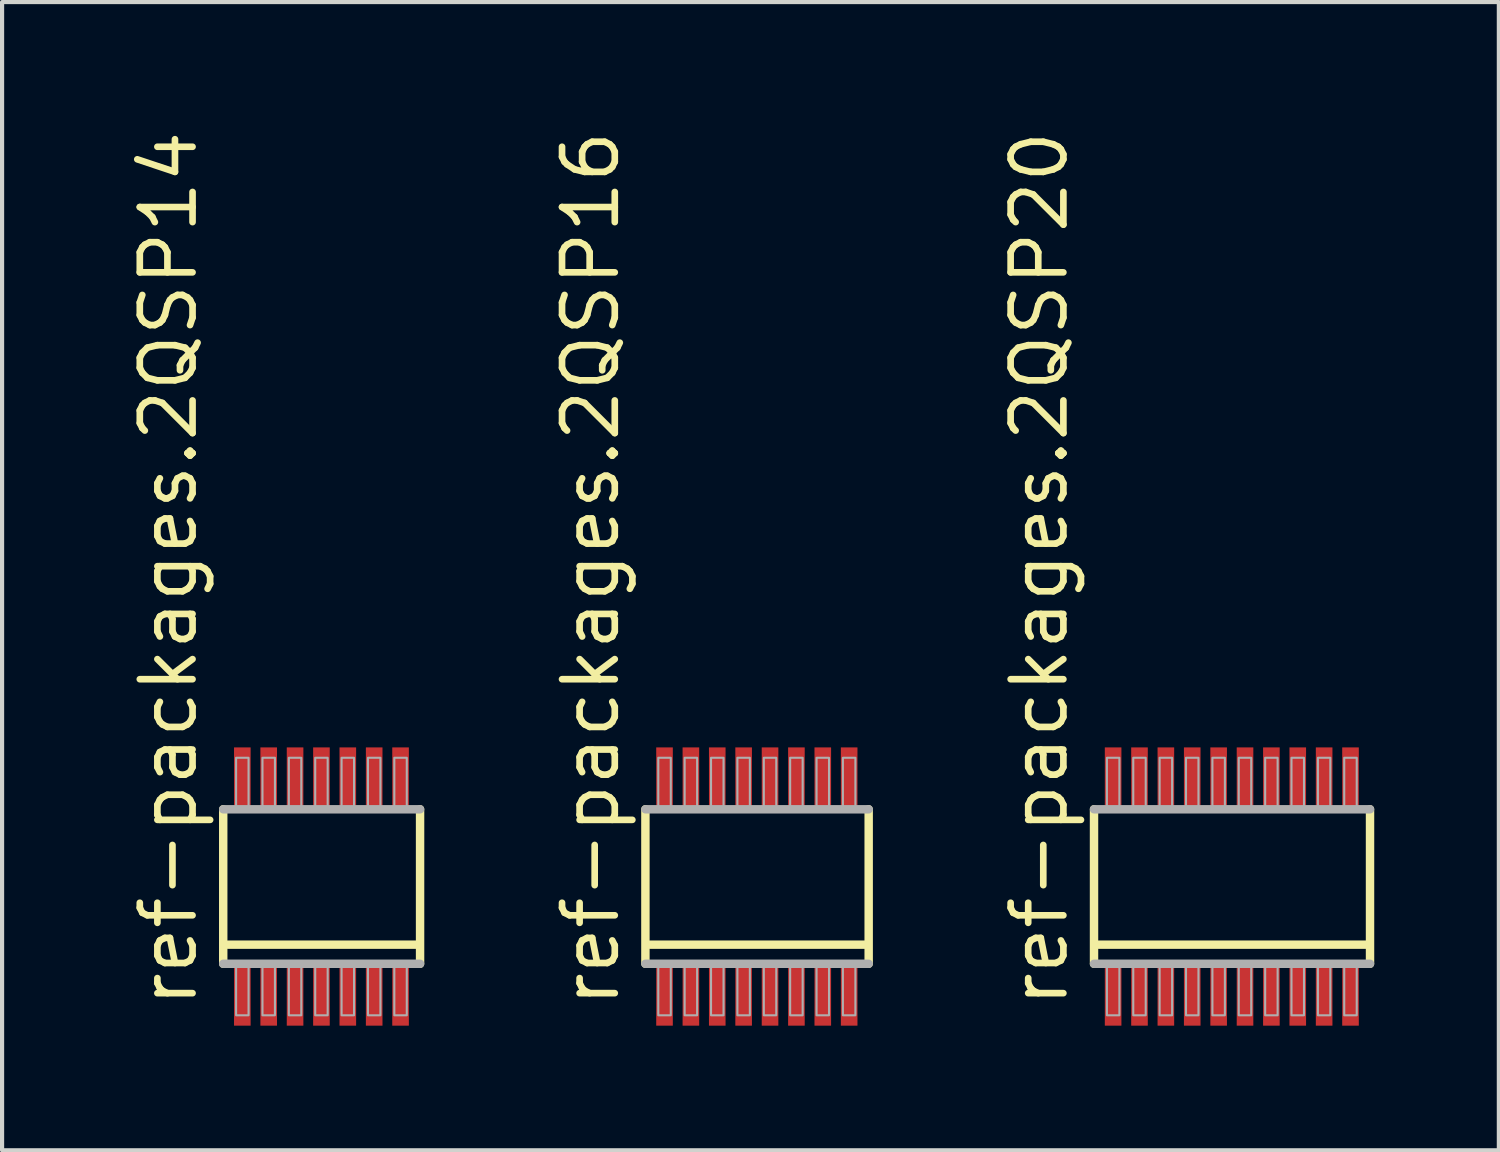
<source format=kicad_pcb>
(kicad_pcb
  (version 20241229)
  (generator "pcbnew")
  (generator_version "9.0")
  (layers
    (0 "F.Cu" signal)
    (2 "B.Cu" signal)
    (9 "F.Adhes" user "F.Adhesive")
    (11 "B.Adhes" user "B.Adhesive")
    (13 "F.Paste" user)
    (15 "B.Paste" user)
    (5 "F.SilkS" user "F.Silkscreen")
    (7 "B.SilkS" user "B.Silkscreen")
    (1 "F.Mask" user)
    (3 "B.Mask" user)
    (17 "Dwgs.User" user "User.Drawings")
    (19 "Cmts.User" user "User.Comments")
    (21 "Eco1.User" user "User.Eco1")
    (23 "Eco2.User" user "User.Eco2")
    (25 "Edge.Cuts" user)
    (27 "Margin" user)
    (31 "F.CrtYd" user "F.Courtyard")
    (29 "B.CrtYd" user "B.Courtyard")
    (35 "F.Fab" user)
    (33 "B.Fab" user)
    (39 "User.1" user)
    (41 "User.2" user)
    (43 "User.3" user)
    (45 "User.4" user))
  (footprint "ref-packages.2QSP20"
    (layer "F.Cu")
    (at 25.976 18.297)
    (property "Reference" "ref-packages.2QSP20" (at -3.257 2.975 90) (layer "F.SilkS") (effects (font (size 1.27 1.27) (thickness 0.16)) (justify left bottom)))
    (attr smd)
    (fp_line (start -2.683 1.86) (end -2.683 -1.86) (stroke (width 0.203) (type default)) (layer "F.SilkS"))
    (fp_line (start -2.568 1.4) (end 3.888 1.4) (stroke (width 0.203) (type default)) (layer "F.SilkS"))
    (fp_line (start 3.963 -1.86) (end 3.963 1.86) (stroke (width 0.203) (type default)) (layer "F.SilkS"))
    (fp_line (start -2.683 -1.86) (end 3.963 -1.86) (stroke (width 0.203) (type default)) (layer "F.Fab"))
    (fp_line (start 3.963 1.86) (end -2.683 1.86) (stroke (width 0.203) (type default)) (layer "F.Fab"))
    (fp_rect (start -2.373 -1.9) (end -2.072 -3.1) (stroke (width 0.05) (type default)) (fill no) (layer "F.Fab"))
    (fp_rect (start -2.373 3.1) (end -2.072 1.9) (stroke (width 0.05) (type default)) (fill no) (layer "F.Fab"))
    (fp_rect (start -1.738 -1.9) (end -1.438 -3.1) (stroke (width 0.05) (type default)) (fill no) (layer "F.Fab"))
    (fp_rect (start -1.738 3.1) (end -1.438 1.9) (stroke (width 0.05) (type default)) (fill no) (layer "F.Fab"))
    (fp_rect (start -1.103 -1.9) (end -0.802 -3.1) (stroke (width 0.05) (type default)) (fill no) (layer "F.Fab"))
    (fp_rect (start -1.103 3.1) (end -0.802 1.9) (stroke (width 0.05) (type default)) (fill no) (layer "F.Fab"))
    (fp_rect (start -0.468 -1.9) (end -0.168 -3.1) (stroke (width 0.05) (type default)) (fill no) (layer "F.Fab"))
    (fp_rect (start -0.468 3.1) (end -0.168 1.9) (stroke (width 0.05) (type default)) (fill no) (layer "F.Fab"))
    (fp_rect (start 0.168 -1.9) (end 0.468 -3.1) (stroke (width 0.05) (type default)) (fill no) (layer "F.Fab"))
    (fp_rect (start 0.168 3.1) (end 0.468 1.9) (stroke (width 0.05) (type default)) (fill no) (layer "F.Fab"))
    (fp_rect (start 0.802 -1.9) (end 1.103 -3.1) (stroke (width 0.05) (type default)) (fill no) (layer "F.Fab"))
    (fp_rect (start 0.802 3.1) (end 1.103 1.9) (stroke (width 0.05) (type default)) (fill no) (layer "F.Fab"))
    (fp_rect (start 1.438 -1.9) (end 1.738 -3.1) (stroke (width 0.05) (type default)) (fill no) (layer "F.Fab"))
    (fp_rect (start 1.438 3.1) (end 1.738 1.9) (stroke (width 0.05) (type default)) (fill no) (layer "F.Fab"))
    (fp_rect (start 2.072 -1.9) (end 2.373 -3.1) (stroke (width 0.05) (type default)) (fill no) (layer "F.Fab"))
    (fp_rect (start 2.072 3.1) (end 2.373 1.9) (stroke (width 0.05) (type default)) (fill no) (layer "F.Fab"))
    (fp_rect (start 2.708 -1.9) (end 3.007 -3.1) (stroke (width 0.05) (type default)) (fill no) (layer "F.Fab"))
    (fp_rect (start 2.708 3.1) (end 3.007 1.9) (stroke (width 0.05) (type default)) (fill no) (layer "F.Fab"))
    (fp_rect (start 3.342 -1.9) (end 3.643 -3.1) (stroke (width 0.05) (type default)) (fill no) (layer "F.Fab"))
    (fp_rect (start 3.342 3.1) (end 3.643 1.9) (stroke (width 0.05) (type default)) (fill no) (layer "F.Fab"))
    (pad "1" smd roundrect (at -2.223 2.6) (size 0.4 1.5) (layers "F.Cu" "F.Mask" "F.Paste") (roundrect_rratio 0.01))
    (pad "2" smd roundrect (at -1.588 2.6) (size 0.4 1.5) (layers "F.Cu" "F.Mask" "F.Paste") (roundrect_rratio 0.01))
    (pad "3" smd roundrect (at -0.953 2.6) (size 0.4 1.5) (layers "F.Cu" "F.Mask" "F.Paste") (roundrect_rratio 0.01))
    (pad "4" smd roundrect (at -0.318 2.6) (size 0.4 1.5) (layers "F.Cu" "F.Mask" "F.Paste") (roundrect_rratio 0.01))
    (pad "5" smd roundrect (at 0.318 2.6) (size 0.4 1.5) (layers "F.Cu" "F.Mask" "F.Paste") (roundrect_rratio 0.01))
    (pad "6" smd roundrect (at 0.953 2.6) (size 0.4 1.5) (layers "F.Cu" "F.Mask" "F.Paste") (roundrect_rratio 0.01))
    (pad "7" smd roundrect (at 1.588 2.6) (size 0.4 1.5) (layers "F.Cu" "F.Mask" "F.Paste") (roundrect_rratio 0.01))
    (pad "8" smd roundrect (at 2.223 2.6) (size 0.4 1.5) (layers "F.Cu" "F.Mask" "F.Paste") (roundrect_rratio 0.01))
    (pad "9" smd roundrect (at 2.858 2.6) (size 0.4 1.5) (layers "F.Cu" "F.Mask" "F.Paste") (roundrect_rratio 0.01))
    (pad "10" smd roundrect (at 3.493 2.6) (size 0.4 1.5) (layers "F.Cu" "F.Mask" "F.Paste") (roundrect_rratio 0.01))
    (pad "11" smd roundrect (at 3.493 -2.6) (size 0.4 1.5) (layers "F.Cu" "F.Mask" "F.Paste") (roundrect_rratio 0.01))
    (pad "12" smd roundrect (at 2.858 -2.6) (size 0.4 1.5) (layers "F.Cu" "F.Mask" "F.Paste") (roundrect_rratio 0.01))
    (pad "13" smd roundrect (at 2.223 -2.6) (size 0.4 1.5) (layers "F.Cu" "F.Mask" "F.Paste") (roundrect_rratio 0.01))
    (pad "14" smd roundrect (at 1.588 -2.6) (size 0.4 1.5) (layers "F.Cu" "F.Mask" "F.Paste") (roundrect_rratio 0.01))
    (pad "15" smd roundrect (at 0.953 -2.6) (size 0.4 1.5) (layers "F.Cu" "F.Mask" "F.Paste") (roundrect_rratio 0.01))
    (pad "16" smd roundrect (at 0.318 -2.6) (size 0.4 1.5) (layers "F.Cu" "F.Mask" "F.Paste") (roundrect_rratio 0.01))
    (pad "17" smd roundrect (at -0.318 -2.6) (size 0.4 1.5) (layers "F.Cu" "F.Mask" "F.Paste") (roundrect_rratio 0.01))
    (pad "18" smd roundrect (at -0.953 -2.6) (size 0.4 1.5) (layers "F.Cu" "F.Mask" "F.Paste") (roundrect_rratio 0.01))
    (pad "19" smd roundrect (at -1.588 -2.6) (size 0.4 1.5) (layers "F.Cu" "F.Mask" "F.Paste") (roundrect_rratio 0.01))
    (pad "20" smd roundrect (at -2.223 -2.6) (size 0.4 1.5) (layers "F.Cu" "F.Mask" "F.Paste") (roundrect_rratio 0.01)))
  (footprint "ref-packages.2QSP14"
    (layer "F.Cu")
    (at 4.69 18.297)
    (property "Reference" "ref-packages.2QSP14" (at -2.94 2.975 90) (layer "F.SilkS") (effects (font (size 1.27 1.27) (thickness 0.16)) (justify left bottom)))
    (attr smd)
    (fp_line (start -2.365 1.86) (end -2.365 -1.86) (stroke (width 0.203) (type default)) (layer "F.SilkS"))
    (fp_line (start -2.25 1.4) (end 2.3 1.4) (stroke (width 0.203) (type default)) (layer "F.SilkS"))
    (fp_line (start 2.375 -1.86) (end 2.375 1.86) (stroke (width 0.203) (type default)) (layer "F.SilkS"))
    (fp_line (start -2.365 -1.86) (end 2.375 -1.86) (stroke (width 0.203) (type default)) (layer "F.Fab"))
    (fp_line (start 2.375 1.86) (end -2.365 1.86) (stroke (width 0.203) (type default)) (layer "F.Fab"))
    (fp_rect (start -2.055 -1.9) (end -1.755 -3.1) (stroke (width 0.05) (type default)) (fill no) (layer "F.Fab"))
    (fp_rect (start -2.055 3.1) (end -1.755 1.9) (stroke (width 0.05) (type default)) (fill no) (layer "F.Fab"))
    (fp_rect (start -1.42 -1.9) (end -1.12 -3.1) (stroke (width 0.05) (type default)) (fill no) (layer "F.Fab"))
    (fp_rect (start -1.42 3.1) (end -1.12 1.9) (stroke (width 0.05) (type default)) (fill no) (layer "F.Fab"))
    (fp_rect (start -0.785 -1.9) (end -0.485 -3.1) (stroke (width 0.05) (type default)) (fill no) (layer "F.Fab"))
    (fp_rect (start -0.785 3.1) (end -0.485 1.9) (stroke (width 0.05) (type default)) (fill no) (layer "F.Fab"))
    (fp_rect (start -0.15 -1.9) (end 0.15 -3.1) (stroke (width 0.05) (type default)) (fill no) (layer "F.Fab"))
    (fp_rect (start -0.15 3.1) (end 0.15 1.9) (stroke (width 0.05) (type default)) (fill no) (layer "F.Fab"))
    (fp_rect (start 0.485 -1.9) (end 0.785 -3.1) (stroke (width 0.05) (type default)) (fill no) (layer "F.Fab"))
    (fp_rect (start 0.485 3.1) (end 0.785 1.9) (stroke (width 0.05) (type default)) (fill no) (layer "F.Fab"))
    (fp_rect (start 1.12 -1.9) (end 1.42 -3.1) (stroke (width 0.05) (type default)) (fill no) (layer "F.Fab"))
    (fp_rect (start 1.12 3.1) (end 1.42 1.9) (stroke (width 0.05) (type default)) (fill no) (layer "F.Fab"))
    (fp_rect (start 1.755 -1.9) (end 2.055 -3.1) (stroke (width 0.05) (type default)) (fill no) (layer "F.Fab"))
    (fp_rect (start 1.755 3.1) (end 2.055 1.9) (stroke (width 0.05) (type default)) (fill no) (layer "F.Fab"))
    (pad "1" smd roundrect (at -1.905 2.6) (size 0.4 1.5) (layers "F.Cu" "F.Mask" "F.Paste") (roundrect_rratio 0.01))
    (pad "2" smd roundrect (at -1.27 2.6) (size 0.4 1.5) (layers "F.Cu" "F.Mask" "F.Paste") (roundrect_rratio 0.01))
    (pad "3" smd roundrect (at -0.635 2.6) (size 0.4 1.5) (layers "F.Cu" "F.Mask" "F.Paste") (roundrect_rratio 0.01))
    (pad "4" smd roundrect (at 0 2.6) (size 0.4 1.5) (layers "F.Cu" "F.Mask" "F.Paste") (roundrect_rratio 0.01))
    (pad "5" smd roundrect (at 0.635 2.6) (size 0.4 1.5) (layers "F.Cu" "F.Mask" "F.Paste") (roundrect_rratio 0.01))
    (pad "6" smd roundrect (at 1.27 2.6) (size 0.4 1.5) (layers "F.Cu" "F.Mask" "F.Paste") (roundrect_rratio 0.01))
    (pad "7" smd roundrect (at 1.905 2.6) (size 0.4 1.5) (layers "F.Cu" "F.Mask" "F.Paste") (roundrect_rratio 0.01))
    (pad "8" smd roundrect (at 1.905 -2.6) (size 0.4 1.5) (layers "F.Cu" "F.Mask" "F.Paste") (roundrect_rratio 0.01))
    (pad "9" smd roundrect (at 1.27 -2.6) (size 0.4 1.5) (layers "F.Cu" "F.Mask" "F.Paste") (roundrect_rratio 0.01))
    (pad "10" smd roundrect (at 0.635 -2.6) (size 0.4 1.5) (layers "F.Cu" "F.Mask" "F.Paste") (roundrect_rratio 0.01))
    (pad "11" smd roundrect (at 0 -2.6) (size 0.4 1.5) (layers "F.Cu" "F.Mask" "F.Paste") (roundrect_rratio 0.01))
    (pad "12" smd roundrect (at -0.635 -2.6) (size 0.4 1.5) (layers "F.Cu" "F.Mask" "F.Paste") (roundrect_rratio 0.01))
    (pad "13" smd roundrect (at -1.27 -2.6) (size 0.4 1.5) (layers "F.Cu" "F.Mask" "F.Paste") (roundrect_rratio 0.01))
    (pad "14" smd roundrect (at -1.905 -2.6) (size 0.4 1.5) (layers "F.Cu" "F.Mask" "F.Paste") (roundrect_rratio 0.01)))
  (footprint "ref-packages.2QSP16"
    (layer "F.Cu")
    (at 15.174 18.297)
    (property "Reference" "ref-packages.2QSP16" (at -3.257 2.975 90) (layer "F.SilkS") (effects (font (size 1.27 1.27) (thickness 0.16)) (justify left bottom)))
    (attr smd)
    (fp_line (start -2.683 1.86) (end -2.683 -1.86) (stroke (width 0.203) (type default)) (layer "F.SilkS"))
    (fp_line (start -2.568 1.4) (end 2.618 1.4) (stroke (width 0.203) (type default)) (layer "F.SilkS"))
    (fp_line (start 2.693 -1.86) (end 2.693 1.86) (stroke (width 0.203) (type default)) (layer "F.SilkS"))
    (fp_line (start -2.683 -1.86) (end 2.693 -1.86) (stroke (width 0.203) (type default)) (layer "F.Fab"))
    (fp_line (start 2.693 1.86) (end -2.683 1.86) (stroke (width 0.203) (type default)) (layer "F.Fab"))
    (fp_rect (start -2.373 -1.9) (end -2.072 -3.1) (stroke (width 0.05) (type default)) (fill no) (layer "F.Fab"))
    (fp_rect (start -2.373 3.1) (end -2.072 1.9) (stroke (width 0.05) (type default)) (fill no) (layer "F.Fab"))
    (fp_rect (start -1.738 -1.9) (end -1.438 -3.1) (stroke (width 0.05) (type default)) (fill no) (layer "F.Fab"))
    (fp_rect (start -1.738 3.1) (end -1.438 1.9) (stroke (width 0.05) (type default)) (fill no) (layer "F.Fab"))
    (fp_rect (start -1.103 -1.9) (end -0.802 -3.1) (stroke (width 0.05) (type default)) (fill no) (layer "F.Fab"))
    (fp_rect (start -1.103 3.1) (end -0.802 1.9) (stroke (width 0.05) (type default)) (fill no) (layer "F.Fab"))
    (fp_rect (start -0.468 -1.9) (end -0.168 -3.1) (stroke (width 0.05) (type default)) (fill no) (layer "F.Fab"))
    (fp_rect (start -0.468 3.1) (end -0.168 1.9) (stroke (width 0.05) (type default)) (fill no) (layer "F.Fab"))
    (fp_rect (start 0.168 -1.9) (end 0.468 -3.1) (stroke (width 0.05) (type default)) (fill no) (layer "F.Fab"))
    (fp_rect (start 0.168 3.1) (end 0.468 1.9) (stroke (width 0.05) (type default)) (fill no) (layer "F.Fab"))
    (fp_rect (start 0.802 -1.9) (end 1.103 -3.1) (stroke (width 0.05) (type default)) (fill no) (layer "F.Fab"))
    (fp_rect (start 0.802 3.1) (end 1.103 1.9) (stroke (width 0.05) (type default)) (fill no) (layer "F.Fab"))
    (fp_rect (start 1.438 -1.9) (end 1.738 -3.1) (stroke (width 0.05) (type default)) (fill no) (layer "F.Fab"))
    (fp_rect (start 1.438 3.1) (end 1.738 1.9) (stroke (width 0.05) (type default)) (fill no) (layer "F.Fab"))
    (fp_rect (start 2.072 -1.9) (end 2.373 -3.1) (stroke (width 0.05) (type default)) (fill no) (layer "F.Fab"))
    (fp_rect (start 2.072 3.1) (end 2.373 1.9) (stroke (width 0.05) (type default)) (fill no) (layer "F.Fab"))
    (pad "1" smd roundrect (at -2.223 2.6) (size 0.4 1.5) (layers "F.Cu" "F.Mask" "F.Paste") (roundrect_rratio 0.01))
    (pad "2" smd roundrect (at -1.588 2.6) (size 0.4 1.5) (layers "F.Cu" "F.Mask" "F.Paste") (roundrect_rratio 0.01))
    (pad "3" smd roundrect (at -0.953 2.6) (size 0.4 1.5) (layers "F.Cu" "F.Mask" "F.Paste") (roundrect_rratio 0.01))
    (pad "4" smd roundrect (at -0.318 2.6) (size 0.4 1.5) (layers "F.Cu" "F.Mask" "F.Paste") (roundrect_rratio 0.01))
    (pad "5" smd roundrect (at 0.318 2.6) (size 0.4 1.5) (layers "F.Cu" "F.Mask" "F.Paste") (roundrect_rratio 0.01))
    (pad "6" smd roundrect (at 0.953 2.6) (size 0.4 1.5) (layers "F.Cu" "F.Mask" "F.Paste") (roundrect_rratio 0.01))
    (pad "7" smd roundrect (at 1.588 2.6) (size 0.4 1.5) (layers "F.Cu" "F.Mask" "F.Paste") (roundrect_rratio 0.01))
    (pad "8" smd roundrect (at 2.223 2.6) (size 0.4 1.5) (layers "F.Cu" "F.Mask" "F.Paste") (roundrect_rratio 0.01))
    (pad "9" smd roundrect (at 2.223 -2.6) (size 0.4 1.5) (layers "F.Cu" "F.Mask" "F.Paste") (roundrect_rratio 0.01))
    (pad "10" smd roundrect (at 1.588 -2.6) (size 0.4 1.5) (layers "F.Cu" "F.Mask" "F.Paste") (roundrect_rratio 0.01))
    (pad "11" smd roundrect (at 0.953 -2.6) (size 0.4 1.5) (layers "F.Cu" "F.Mask" "F.Paste") (roundrect_rratio 0.01))
    (pad "12" smd roundrect (at 0.318 -2.6) (size 0.4 1.5) (layers "F.Cu" "F.Mask" "F.Paste") (roundrect_rratio 0.01))
    (pad "13" smd roundrect (at -0.318 -2.6) (size 0.4 1.5) (layers "F.Cu" "F.Mask" "F.Paste") (roundrect_rratio 0.01))
    (pad "14" smd roundrect (at -0.953 -2.6) (size 0.4 1.5) (layers "F.Cu" "F.Mask" "F.Paste") (roundrect_rratio 0.01))
    (pad "15" smd roundrect (at -1.588 -2.6) (size 0.4 1.5) (layers "F.Cu" "F.Mask" "F.Paste") (roundrect_rratio 0.01))
    (pad "16" smd roundrect (at -2.223 -2.6) (size 0.4 1.5) (layers "F.Cu" "F.Mask" "F.Paste") (roundrect_rratio 0.01)))
  (gr_rect
    (start -3 -3)
    (end 33.041 24.647)
    (stroke (width 0.1) (type default))
    (fill no)
    (layer "Edge.Cuts")))
</source>
